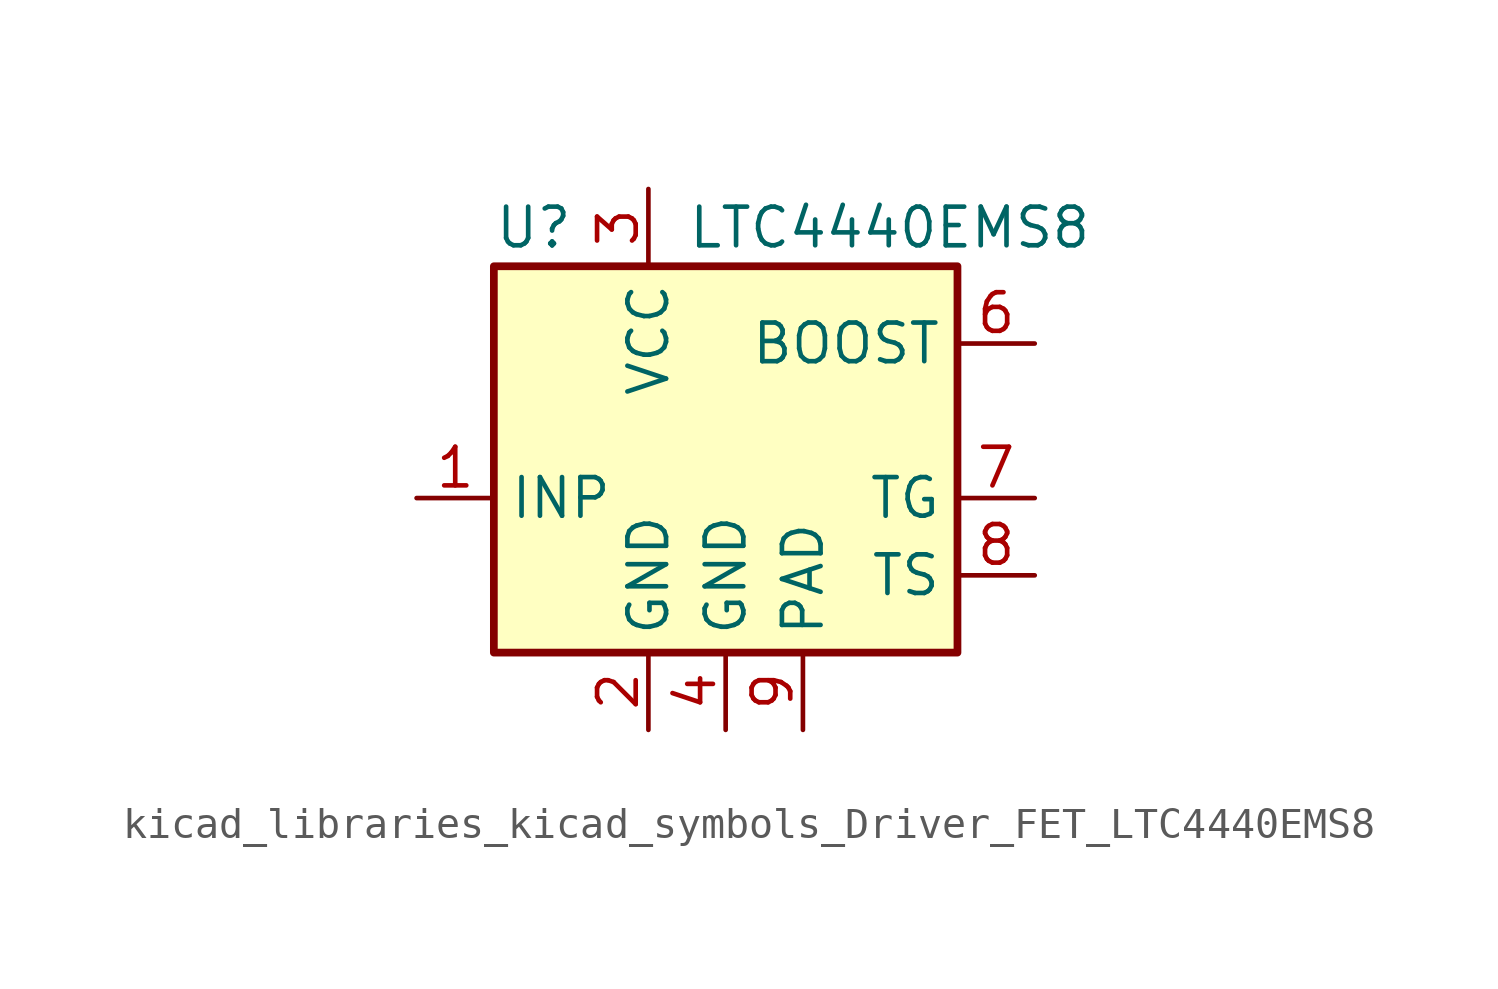
<source format=kicad_sym>
(kicad_symbol_lib
  (version 20220914)
  (generator kicad_symbol_editor)
  (symbol "kicad_libraries_kicad_symbols_Driver_FET_LTC4440EMS8"
    (property "Reference" "U"
      (at -7.62 8.89 0)
      (effects (font (size 1.27 1.27)) (justify left)))
    (property "Value" "LTC4440EMS8"
      (at -1.27 8.89 0)
      (effects (font (size 1.27 1.27)) (justify left)))
    (symbol "kicad_libraries_kicad_symbols_Driver_FET_LTC4440EMS8_0_1"
      (rectangle (start -7.62 7.62) (end 7.62 -5.08) (stroke (width 0.254) (type default)) (fill (type background))))
    (symbol "kicad_libraries_kicad_symbols_Driver_FET_LTC4440EMS8_1_1"
      (pin input line (at -10.16 0 0) (length 2.54) (name "INP" (effects (font (size 1.27 1.27)))) (number "1" (effects (font (size 1.27 1.27)))))
      (pin power_in line (at -2.54 -7.62 90) (length 2.54) (name "GND" (effects (font (size 1.27 1.27)))) (number "2" (effects (font (size 1.27 1.27)))))
      (pin power_in line (at -2.54 10.16 270) (length 2.54) (name "VCC" (effects (font (size 1.27 1.27)))) (number "3" (effects (font (size 1.27 1.27)))))
      (pin power_in line (at 0 -7.62 90) (length 2.54) (name "GND" (effects (font (size 1.27 1.27)))) (number "4" (effects (font (size 1.27 1.27)))))
      (pin no_connect line (at -5.08 -5.08 90) (length 2.54) hide (name "NC" (effects (font (size 1.27 1.27)))) (number "5" (effects (font (size 1.27 1.27)))))
      (pin input line (at 10.16 5.08 180) (length 2.54) (name "BOOST" (effects (font (size 1.27 1.27)))) (number "6" (effects (font (size 1.27 1.27)))))
      (pin output line (at 10.16 0 180) (length 2.54) (name "TG" (effects (font (size 1.27 1.27)))) (number "7" (effects (font (size 1.27 1.27)))))
      (pin input line (at 10.16 -2.54 180) (length 2.54) (name "TS" (effects (font (size 1.27 1.27)))) (number "8" (effects (font (size 1.27 1.27)))))
      (pin power_in line (at 2.54 -7.62 90) (length 2.54) (name "PAD" (effects (font (size 1.27 1.27)))) (number "9" (effects (font (size 1.27 1.27))))))))
</source>
